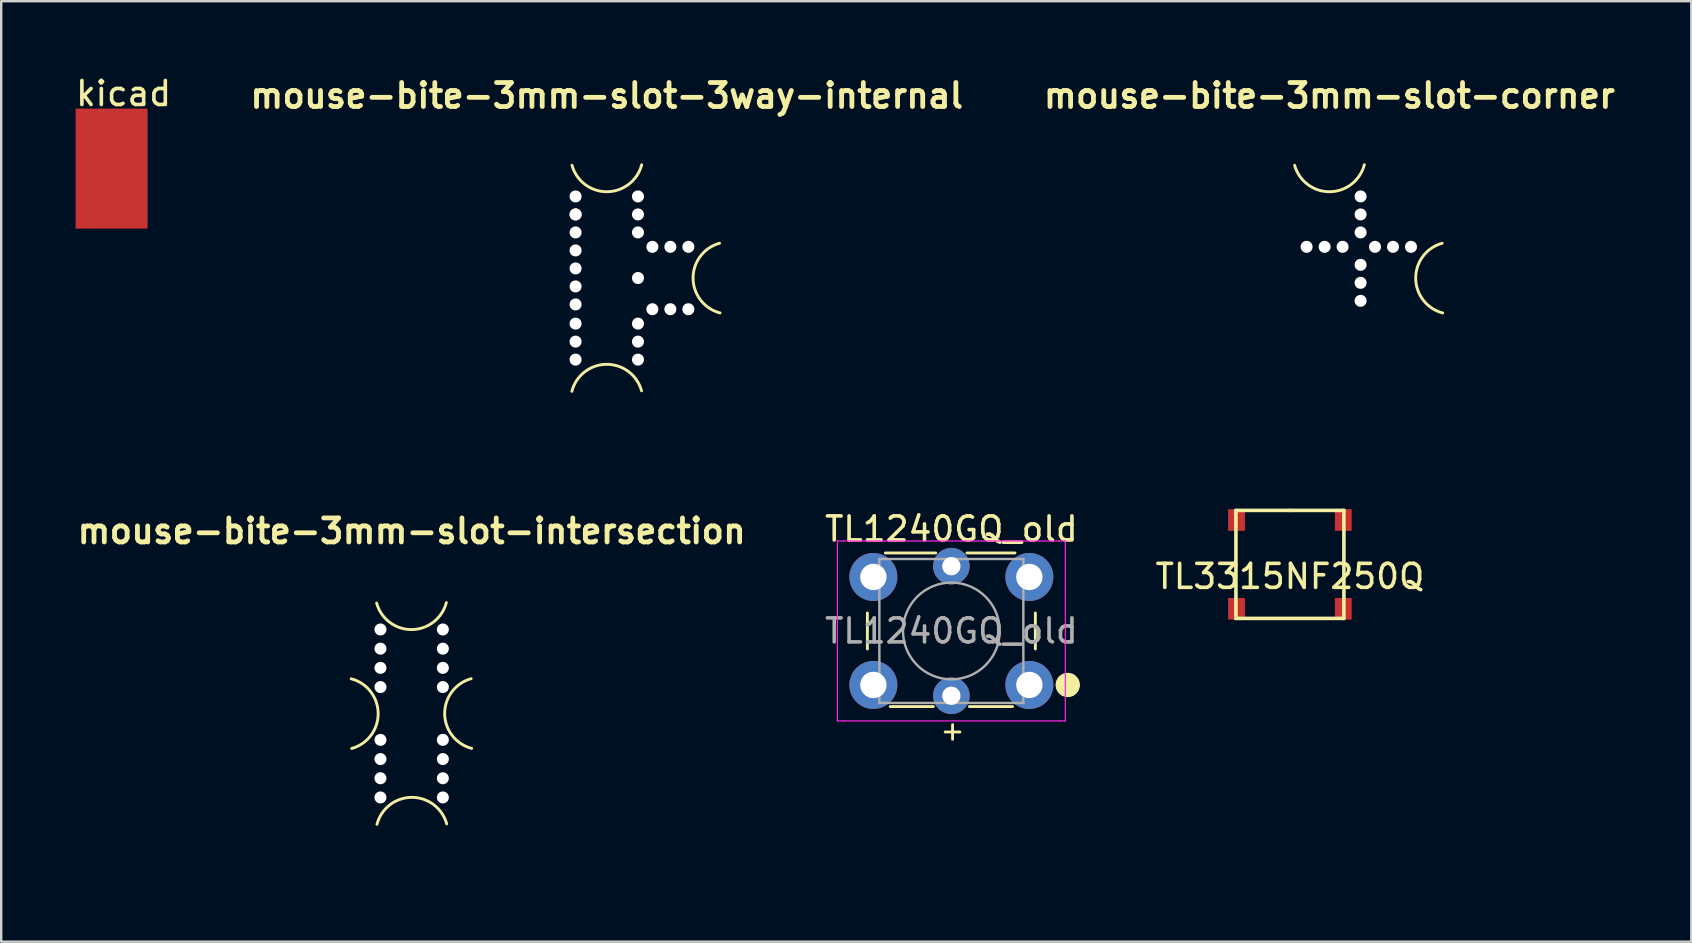
<source format=kicad_pcb>
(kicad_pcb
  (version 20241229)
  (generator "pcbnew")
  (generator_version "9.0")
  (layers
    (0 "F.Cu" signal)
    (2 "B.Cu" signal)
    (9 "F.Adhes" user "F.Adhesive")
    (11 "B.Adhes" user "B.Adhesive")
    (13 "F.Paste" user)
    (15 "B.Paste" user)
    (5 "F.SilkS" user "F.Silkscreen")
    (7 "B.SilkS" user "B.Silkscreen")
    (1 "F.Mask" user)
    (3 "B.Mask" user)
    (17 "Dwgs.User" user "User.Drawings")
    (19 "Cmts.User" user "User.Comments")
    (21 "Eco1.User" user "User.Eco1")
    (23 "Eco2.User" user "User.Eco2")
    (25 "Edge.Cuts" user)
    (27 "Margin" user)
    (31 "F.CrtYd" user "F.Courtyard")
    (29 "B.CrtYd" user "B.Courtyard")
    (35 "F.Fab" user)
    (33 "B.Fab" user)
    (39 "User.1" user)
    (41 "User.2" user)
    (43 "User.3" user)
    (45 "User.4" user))
  (footprint "mouse-bite-3mm-slot-corner"
    (layer "F.Cu")
    (at 52.35 8.536)
    (property "Reference" "mouse-bite-3mm-slot-corner" (at 0 -7.6 0) (layer "F.SilkS") (effects (font (size 1 1) (thickness 0.2))))
    (attr through_hole)
    (fp_arc (start 1.455737 -4.72141) (mid 0.011083 -3.59588) (end -1.45 -4.7) (stroke (width 0.12) (type solid)) (layer "F.SilkS"))
    (fp_arc (start 4.72141 1.455737) (mid 3.59588 0.011083) (end 4.7 -1.45) (stroke (width 0.12) (type solid)) (layer "F.SilkS"))
    (fp_line (start 0 -5.11) (end 0 -5.1) (stroke (width 3) (type solid)) (layer "Eco1.User"))
    (fp_line (start 5.11 0) (end 5.1 0) (stroke (width 3) (type solid)) (layer "Eco1.User"))
    (pad "" np_thru_hole circle (at -0.95 -1.3) (size 0.5 0.5) (drill 0.5) (layers "*.Cu" "*.Mask"))
    (pad "" np_thru_hole circle (at -0.2 -1.3) (size 0.5 0.5) (drill 0.5) (layers "*.Cu" "*.Mask"))
    (pad "" np_thru_hole circle (at 0.55 -1.3) (size 0.5 0.5) (drill 0.5) (layers "*.Cu" "*.Mask"))
    (pad "" np_thru_hole circle (at 1.3 -3.4 90) (size 0.5 0.5) (drill 0.5) (layers "*.Cu" "*.Mask"))
    (pad "" np_thru_hole circle (at 1.3 -2.65 90) (size 0.5 0.5) (drill 0.5) (layers "*.Cu" "*.Mask"))
    (pad "" np_thru_hole circle (at 1.3 -1.9 90) (size 0.5 0.5) (drill 0.5) (layers "*.Cu" "*.Mask"))
    (pad "" np_thru_hole circle (at 1.3 -0.55 90) (size 0.5 0.5) (drill 0.5) (layers "*.Cu" "*.Mask"))
    (pad "" np_thru_hole circle (at 1.3 0.2 90) (size 0.5 0.5) (drill 0.5) (layers "*.Cu" "*.Mask"))
    (pad "" np_thru_hole circle (at 1.3 0.95 90) (size 0.5 0.5) (drill 0.5) (layers "*.Cu" "*.Mask"))
    (pad "" np_thru_hole circle (at 1.9 -1.3) (size 0.5 0.5) (drill 0.5) (layers "*.Cu" "*.Mask"))
    (pad "" np_thru_hole circle (at 2.65 -1.3) (size 0.5 0.5) (drill 0.5) (layers "*.Cu" "*.Mask"))
    (pad "" np_thru_hole circle (at 3.4 -1.3) (size 0.5 0.5) (drill 0.5) (layers "*.Cu" "*.Mask")))
  (footprint "mouse-bite-3mm-slot-3way-internal"
    (layer "F.Cu")
    (at 22.236 8.536)
    (property "Reference" "mouse-bite-3mm-slot-3way-internal" (at 0 -7.6 0) (layer "F.SilkS") (effects (font (size 1 1) (thickness 0.2))))
    (attr through_hole)
    (fp_arc (start -1.455737 4.72141) (mid -0.011083 3.59588) (end 1.45 4.7) (stroke (width 0.12) (type solid)) (layer "F.SilkS"))
    (fp_arc (start 1.455737 -4.72141) (mid 0.011083 -3.59588) (end -1.45 -4.7) (stroke (width 0.12) (type solid)) (layer "F.SilkS"))
    (fp_arc (start 4.72141 1.455737) (mid 3.59588 0.011083) (end 4.7 -1.45) (stroke (width 0.12) (type solid)) (layer "F.SilkS"))
    (fp_line (start 0 -5.11) (end 0 -5.1) (stroke (width 3) (type solid)) (layer "Eco1.User"))
    (fp_line (start 0 5.1) (end 0 5.11) (stroke (width 3) (type solid)) (layer "Eco1.User"))
    (fp_line (start 5.11 0) (end 5.1 0) (stroke (width 3) (type solid)) (layer "Eco1.User"))
    (pad "" np_thru_hole circle (at -1.3 -3.4 90) (size 0.5 0.5) (drill 0.5) (layers "*.Cu" "*.Mask"))
    (pad "" np_thru_hole circle (at -1.3 -2.65 90) (size 0.5 0.5) (drill 0.5) (layers "*.Cu" "*.Mask"))
    (pad "" np_thru_hole circle (at -1.3 -2.65 90) (size 0.5 0.5) (drill 0.5) (layers "*.Cu" "*.Mask"))
    (pad "" np_thru_hole circle (at -1.3 -1.9 90) (size 0.5 0.5) (drill 0.5) (layers "*.Cu" "*.Mask"))
    (pad "" np_thru_hole circle (at -1.3 -1.15 90) (size 0.5 0.5) (drill 0.5) (layers "*.Cu" "*.Mask"))
    (pad "" np_thru_hole circle (at -1.3 -0.4 90) (size 0.5 0.5) (drill 0.5) (layers "*.Cu" "*.Mask"))
    (pad "" np_thru_hole circle (at -1.3 0.35 90) (size 0.5 0.5) (drill 0.5) (layers "*.Cu" "*.Mask"))
    (pad "" np_thru_hole circle (at -1.3 1.1 90) (size 0.5 0.5) (drill 0.5) (layers "*.Cu" "*.Mask"))
    (pad "" np_thru_hole circle (at -1.3 1.9 270) (size 0.5 0.5) (drill 0.5) (layers "*.Cu" "*.Mask"))
    (pad "" np_thru_hole circle (at -1.3 2.65 270) (size 0.5 0.5) (drill 0.5) (layers "*.Cu" "*.Mask"))
    (pad "" np_thru_hole circle (at -1.3 3.4 270) (size 0.5 0.5) (drill 0.5) (layers "*.Cu" "*.Mask"))
    (pad "" np_thru_hole circle (at 1.3 -3.4 90) (size 0.5 0.5) (drill 0.5) (layers "*.Cu" "*.Mask"))
    (pad "" np_thru_hole circle (at 1.3 -2.65 90) (size 0.5 0.5) (drill 0.5) (layers "*.Cu" "*.Mask"))
    (pad "" np_thru_hole circle (at 1.3 -1.9 90) (size 0.5 0.5) (drill 0.5) (layers "*.Cu" "*.Mask"))
    (pad "" np_thru_hole circle (at 1.3 0 90) (size 0.5 0.5) (drill 0.5) (layers "*.Cu" "*.Mask"))
    (pad "" np_thru_hole circle (at 1.3 1.9 270) (size 0.5 0.5) (drill 0.5) (layers "*.Cu" "*.Mask"))
    (pad "" np_thru_hole circle (at 1.3 2.65 270) (size 0.5 0.5) (drill 0.5) (layers "*.Cu" "*.Mask"))
    (pad "" np_thru_hole circle (at 1.3 3.4 270) (size 0.5 0.5) (drill 0.5) (layers "*.Cu" "*.Mask"))
    (pad "" np_thru_hole circle (at 1.9 -1.3) (size 0.5 0.5) (drill 0.5) (layers "*.Cu" "*.Mask"))
    (pad "" np_thru_hole circle (at 1.9 1.3) (size 0.5 0.5) (drill 0.5) (layers "*.Cu" "*.Mask"))
    (pad "" np_thru_hole circle (at 2.65 -1.3) (size 0.5 0.5) (drill 0.5) (layers "*.Cu" "*.Mask"))
    (pad "" np_thru_hole circle (at 2.65 1.3) (size 0.5 0.5) (drill 0.5) (layers "*.Cu" "*.Mask"))
    (pad "" np_thru_hole circle (at 3.4 -1.3) (size 0.5 0.5) (drill 0.5) (layers "*.Cu" "*.Mask"))
    (pad "" np_thru_hole circle (at 3.4 1.3) (size 0.5 0.5) (drill 0.5) (layers "*.Cu" "*.Mask")))
  (footprint "mouse-bite-3mm-slot-intersection"
    (layer "F.Cu")
    (at 14.105 26.682)
    (property "Reference" "mouse-bite-3mm-slot-intersection" (at 0 -7.6 0) (layer "F.SilkS") (effects (font (size 1 1) (thickness 0.2))))
    (attr through_hole)
    (fp_arc (start -2.520316 -1.445451) (mid -1.395877 -0.000517) (end -2.500001 1.459999) (stroke (width 0.12) (type solid)) (layer "F.SilkS"))
    (fp_arc (start -1.445451 4.620316) (mid -0.000517 3.495877) (end 1.459999 4.600001) (stroke (width 0.12) (type solid)) (layer "F.SilkS"))
    (fp_arc (start 1.445451 -4.620316) (mid 0.000517 -3.495877) (end -1.459999 -4.600001) (stroke (width 0.12) (type solid)) (layer "F.SilkS"))
    (fp_arc (start 2.5 1.455451) (mid 1.375561 0.010517) (end 2.479685 -1.449999) (stroke (width 0.12) (type solid)) (layer "F.SilkS"))
    (fp_line (start -2.91 0) (end -2.9 0) (stroke (width 3) (type solid)) (layer "Eco1.User"))
    (fp_line (start 0 -5.01) (end 0 -5) (stroke (width 3) (type solid)) (layer "Eco1.User"))
    (fp_line (start 0 5.01) (end 0 5) (stroke (width 3) (type solid)) (layer "Eco1.User"))
    (fp_line (start 2.89 0.01) (end 2.88 0.01) (stroke (width 3) (type solid)) (layer "Eco1.User"))
    (pad "" np_thru_hole circle (at -1.3 -3.5 90) (size 0.5 0.5) (drill 0.5) (layers "*.Cu" "*.Mask"))
    (pad "" np_thru_hole circle (at -1.3 -2.7 90) (size 0.5 0.5) (drill 0.5) (layers "*.Cu" "*.Mask"))
    (pad "" np_thru_hole circle (at -1.3 -1.9 90) (size 0.5 0.5) (drill 0.5) (layers "*.Cu" "*.Mask"))
    (pad "" np_thru_hole circle (at -1.3 -1.1 270) (size 0.5 0.5) (drill 0.5) (layers "*.Cu" "*.Mask"))
    (pad "" np_thru_hole circle (at -1.3 1.1 270) (size 0.5 0.5) (drill 0.5) (layers "*.Cu" "*.Mask"))
    (pad "" np_thru_hole circle (at -1.3 1.9 270) (size 0.5 0.5) (drill 0.5) (layers "*.Cu" "*.Mask"))
    (pad "" np_thru_hole circle (at -1.3 2.7 270) (size 0.5 0.5) (drill 0.5) (layers "*.Cu" "*.Mask"))
    (pad "" np_thru_hole circle (at -1.3 3.5 270) (size 0.5 0.5) (drill 0.5) (layers "*.Cu" "*.Mask"))
    (pad "" np_thru_hole circle (at 1.3 -3.5 90) (size 0.5 0.5) (drill 0.5) (layers "*.Cu" "*.Mask"))
    (pad "" np_thru_hole circle (at 1.3 -2.7 90) (size 0.5 0.5) (drill 0.5) (layers "*.Cu" "*.Mask"))
    (pad "" np_thru_hole circle (at 1.3 -1.9 90) (size 0.5 0.5) (drill 0.5) (layers "*.Cu" "*.Mask"))
    (pad "" np_thru_hole circle (at 1.3 -1.1 270) (size 0.5 0.5) (drill 0.5) (layers "*.Cu" "*.Mask"))
    (pad "" np_thru_hole circle (at 1.3 1.1 270) (size 0.5 0.5) (drill 0.5) (layers "*.Cu" "*.Mask"))
    (pad "" np_thru_hole circle (at 1.3 1.9 270) (size 0.5 0.5) (drill 0.5) (layers "*.Cu" "*.Mask"))
    (pad "" np_thru_hole circle (at 1.3 2.7 270) (size 0.5 0.5) (drill 0.5) (layers "*.Cu" "*.Mask"))
    (pad "" np_thru_hole circle (at 1.3 3.5 270) (size 0.5 0.5) (drill 0.5) (layers "*.Cu" "*.Mask")))
  (footprint "kicad"
    (layer "F.Cu")
    (at 1.6 3.976)
    (property "Reference" "kicad" (at 0.501 -3.127 0) (layer "F.SilkS") (effects (font (size 1 1) (thickness 0.15))))
    (attr through_hole)
    (pad "1" smd rect (at 0 0) (size 3 5) (layers "F.Cu" "F.Mask" "F.Paste")))
  (footprint "TL3315NF250Q"
    (layer "F.Cu")
    (at 50.704 20.471)
    (property "Reference" "TL3315NF250Q" (at 0 0.5 0) (layer "F.SilkS") (effects (font (size 1 1) (thickness 0.15))))
    (attr through_hole)
    (fp_line (start -2.25 -2.25) (end -2.25 0) (stroke (width 0.15) (type solid)) (layer "F.SilkS"))
    (fp_line (start -2.25 0) (end -2.25 2.25) (stroke (width 0.15) (type solid)) (layer "F.SilkS"))
    (fp_line (start -2.25 2.25) (end 2.25 2.25) (stroke (width 0.15) (type solid)) (layer "F.SilkS"))
    (fp_line (start 0 -2.25) (end -2.25 -2.25) (stroke (width 0.15) (type solid)) (layer "F.SilkS"))
    (fp_line (start 2.25 -2.25) (end 0 -2.25) (stroke (width 0.15) (type solid)) (layer "F.SilkS"))
    (fp_line (start 2.25 2.25) (end 2.25 -2.25) (stroke (width 0.15) (type solid)) (layer "F.SilkS"))
    (pad "1" smd trapezoid (at -2.225 -1.85) (size 0.7 0.9) (layers "F.Cu" "F.Mask" "F.Paste"))
    (pad "2" smd trapezoid (at 2.225 -1.85) (size 0.7 0.9) (layers "F.Cu" "F.Mask" "F.Paste"))
    (pad "3" smd trapezoid (at -2.225 1.85) (size 0.7 0.9) (layers "F.Cu" "F.Mask" "F.Paste"))
    (pad "4" smd trapezoid (at 2.225 1.85) (size 0.7 0.9) (layers "F.Cu" "F.Mask" "F.Paste")))
  (footprint "TL1240GQ_old"
    (layer "F.Cu")
    (at 33.346 20.994)
    (property "Reference" "TL1240GQ_old" (at 3.25 -2 0) (layer "F.SilkS") (effects (font (size 1 1) (thickness 0.15))))
    (attr through_hole)
    (fp_line (start -0.25 1.5) (end -0.25 3) (stroke (width 0.12) (type solid)) (layer "F.SilkS"))
    (fp_line (start 0.7 5.4) (end 2.5 5.4) (stroke (width 0.12) (type solid)) (layer "F.SilkS"))
    (fp_line (start 2.6 -1) (end 0.5 -1) (stroke (width 0.12) (type solid)) (layer "F.SilkS"))
    (fp_line (start 4 5.4) (end 5.8 5.4) (stroke (width 0.12) (type solid)) (layer "F.SilkS"))
    (fp_line (start 5.9 -1) (end 3.9 -1) (stroke (width 0.12) (type solid)) (layer "F.SilkS"))
    (fp_line (start 6.75 3) (end 6.75 1.5) (stroke (width 0.12) (type solid)) (layer "F.SilkS"))
    (fp_circle (center 8.1 4.5) (end 8.547 4.5) (stroke (width 0.12) (type solid)) (fill no) (layer "F.SilkS"))
    (fp_poly (pts (xy 8.1 4.053) (xy 8.3 4.1) (xy 8.4 4.2) (xy 8.5 4.3) (xy 8.547 4.5) (xy 8.5 4.7) (xy 8.3 4.9) (xy 8.1 4.947) (xy 7.9 4.9) (xy 7.7 4.7) (xy 7.653 4.5) (xy 7.7 4.3) (xy 7.9 4.1)) (stroke (width 0.1) (type solid)) (fill yes) (layer "F.SilkS"))
    (fp_line (start -1.5 -1.5) (end -1.25 -1.5) (stroke (width 0.05) (type solid)) (layer "F.CrtYd"))
    (fp_line (start -1.5 -1.25) (end -1.5 -1.5) (stroke (width 0.05) (type solid)) (layer "F.CrtYd"))
    (fp_line (start -1.5 5.75) (end -1.5 -1.25) (stroke (width 0.05) (type solid)) (layer "F.CrtYd"))
    (fp_line (start -1.5 5.75) (end -1.5 6) (stroke (width 0.05) (type solid)) (layer "F.CrtYd"))
    (fp_line (start -1.5 6) (end -1.25 6) (stroke (width 0.05) (type solid)) (layer "F.CrtYd"))
    (fp_line (start -1.25 -1.5) (end 7.75 -1.5) (stroke (width 0.05) (type solid)) (layer "F.CrtYd"))
    (fp_line (start 7.75 -1.5) (end 8 -1.5) (stroke (width 0.05) (type solid)) (layer "F.CrtYd"))
    (fp_line (start 7.75 6) (end -1.25 6) (stroke (width 0.05) (type solid)) (layer "F.CrtYd"))
    (fp_line (start 7.75 6) (end 8 6) (stroke (width 0.05) (type solid)) (layer "F.CrtYd"))
    (fp_line (start 8 -1.5) (end 8 -1.25) (stroke (width 0.05) (type solid)) (layer "F.CrtYd"))
    (fp_line (start 8 -1.25) (end 8 5.75) (stroke (width 0.05) (type solid)) (layer "F.CrtYd"))
    (fp_line (start 8 6) (end 8 5.75) (stroke (width 0.05) (type solid)) (layer "F.CrtYd"))
    (fp_line (start 0.25 -0.75) (end 3.25 -0.75) (stroke (width 0.1) (type solid)) (layer "F.Fab"))
    (fp_line (start 0.25 5.25) (end 0.25 -0.75) (stroke (width 0.1) (type solid)) (layer "F.Fab"))
    (fp_line (start 3.25 -0.75) (end 6.25 -0.75) (stroke (width 0.1) (type solid)) (layer "F.Fab"))
    (fp_line (start 6.25 -0.75) (end 6.25 5.25) (stroke (width 0.1) (type solid)) (layer "F.Fab"))
    (fp_line (start 6.25 5.25) (end 0.25 5.25) (stroke (width 0.1) (type solid)) (layer "F.Fab"))
    (fp_circle (center 3.25 2.25) (end 1.25 2.5) (stroke (width 0.1) (type solid)) (fill no) (layer "F.Fab"))
    (fp_text user "+" (at 3.3 6.4 0) (layer "F.SilkS") (effects (font (size 0.8 0.8) (thickness 0.12))))
    (fp_text user "${REFERENCE}" (at 3.25 2.25 0) (layer "F.Fab") (effects (font (size 1 1) (thickness 0.15))))
    (pad "1" thru_hole circle (at 0 4.5 90) (size 2 2) (drill 1.1) (layers "*.Cu" "*.Mask"))
    (pad "1" thru_hole circle (at 6.5 4.5 90) (size 2 2) (drill 1.1) (layers "*.Cu" "*.Mask"))
    (pad "2" thru_hole circle (at 0 0 90) (size 2 2) (drill 1.1) (layers "*.Cu" "*.Mask"))
    (pad "2" thru_hole circle (at 6.5 0 90) (size 2 2) (drill 1.1) (layers "*.Cu" "*.Mask"))
    (pad "3" thru_hole circle (at 3.25 -0.45) (size 1.524 1.524) (drill 0.762) (layers "*.Cu" "*.Mask"))
    (pad "4" thru_hole circle (at 3.25 4.95) (size 1.524 1.524) (drill 0.762) (layers "*.Cu" "*.Mask")))
  (gr_rect
    (start -3 -3)
    (end 67.431 36.192)
    (stroke (width 0.1) (type default))
    (fill no)
    (layer "Edge.Cuts")))
</source>
